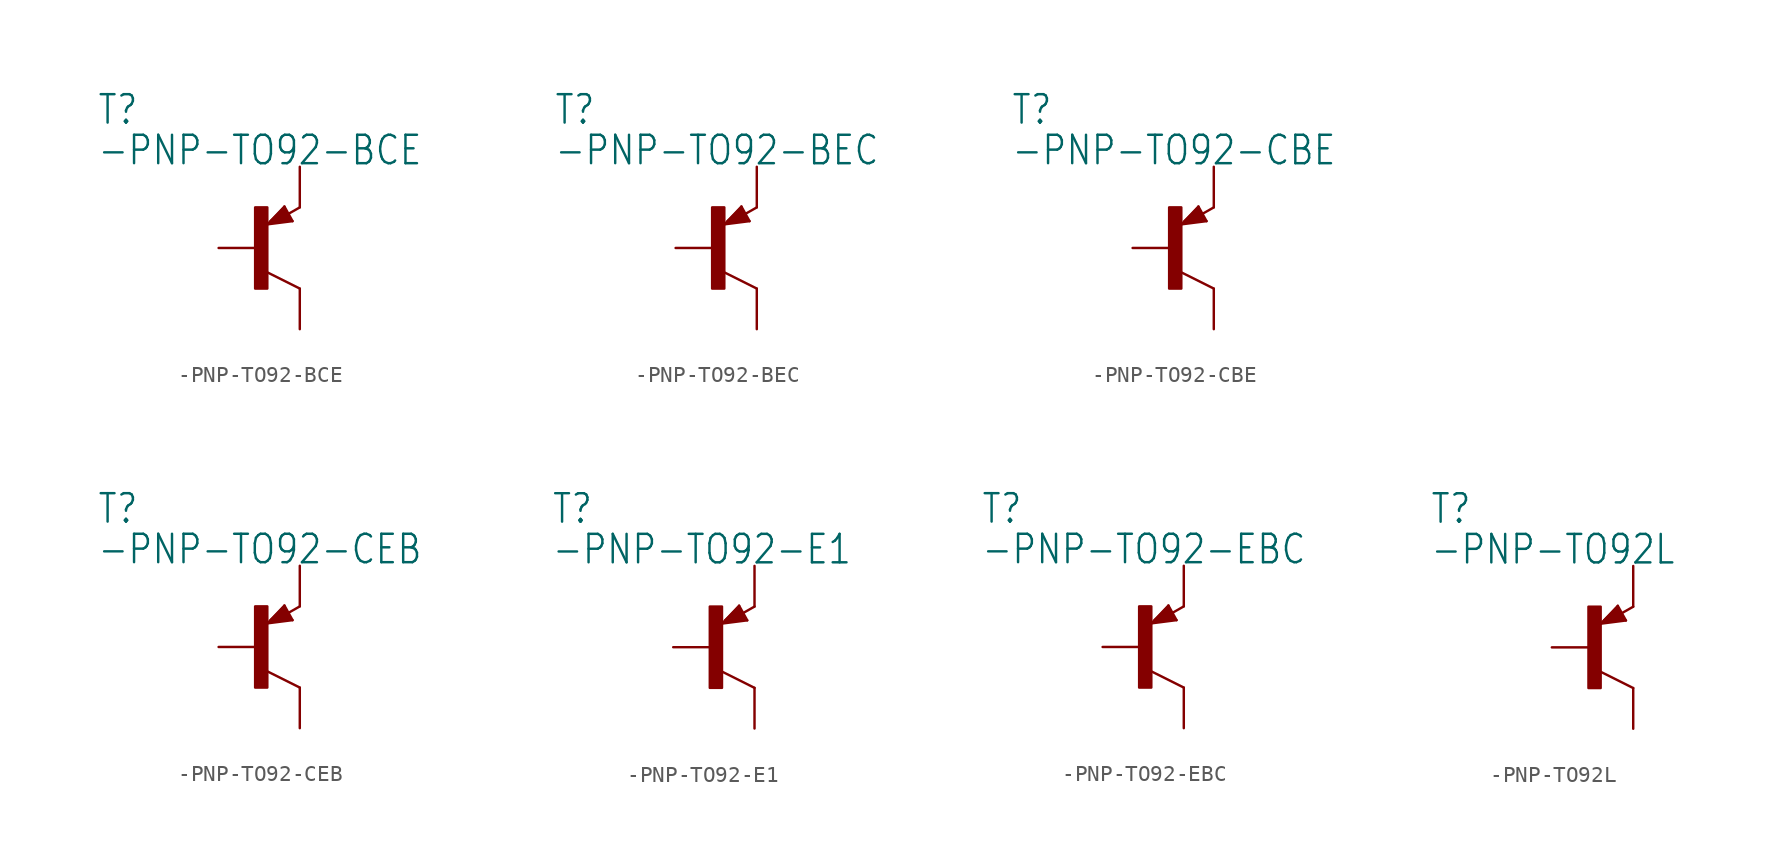
<source format=kicad_sym>
(kicad_symbol_lib
  (version 20211014)
  (generator kicad_symbol_editor)
  (symbol "-PNP-TO92-BCE"
    (property "Reference" "T"
      (at -10.16 7.62 0)
      (effects (font (size 1.778 1.511)) (justify left bottom)))
    (property "Value" "-PNP-TO92-BCE"
      (at -10.16 5.08 0)
      (effects (font (size 1.778 1.511)) (justify left bottom)))
    (property "ki_locked" ""
      (at 0 0 0)
      (effects (font (size 1.27 1.27))))
    (symbol "-PNP-TO92-BCE_1_0"
      (rectangle (start -0.254 -2.54) (end 0.508 2.54) (stroke (width 0) (type default) (color 0 0 0 0)) (fill (type outline)))
      (polyline (pts (xy 0.516 1.478) (xy 2.086 1.678)) (stroke (width 0.152) (type default) (color 0 0 0 0)) (fill (type none)))
      (polyline (pts (xy 0.762 1.651) (xy 1.778 1.778)) (stroke (width 0.254) (type default) (color 0 0 0 0)) (fill (type none)))
      (polyline (pts (xy 1.143 1.905) (xy 1.524 1.905)) (stroke (width 0.254) (type default) (color 0 0 0 0)) (fill (type none)))
      (polyline (pts (xy 1.524 2.159) (xy 1.143 1.905)) (stroke (width 0.254) (type default) (color 0 0 0 0)) (fill (type none)))
      (polyline (pts (xy 1.524 2.413) (xy 0.762 1.651)) (stroke (width 0.254) (type default) (color 0 0 0 0)) (fill (type none)))
      (polyline (pts (xy 1.578 2.594) (xy 0.516 1.478)) (stroke (width 0.152) (type default) (color 0 0 0 0)) (fill (type none)))
      (polyline (pts (xy 1.778 1.778) (xy 1.524 2.159)) (stroke (width 0.254) (type default) (color 0 0 0 0)) (fill (type none)))
      (polyline (pts (xy 1.905 1.778) (xy 1.524 2.413)) (stroke (width 0.254) (type default) (color 0 0 0 0)) (fill (type none)))
      (polyline (pts (xy 2.086 1.678) (xy 1.578 2.594)) (stroke (width 0.152) (type default) (color 0 0 0 0)) (fill (type none)))
      (polyline (pts (xy 2.54 -2.54) (xy 0.508 -1.524)) (stroke (width 0.152) (type default) (color 0 0 0 0)) (fill (type none)))
      (polyline (pts (xy 2.54 2.54) (xy 1.808 2.124)) (stroke (width 0.152) (type default) (color 0 0 0 0)) (fill (type none)))
      (pin passive line (at -2.54 0 0) (length 2.54) (name "B" (effects (font (size 0 0)))) (number "B" (effects (font (size 0 0)))))
      (pin passive line (at 2.54 -5.08 90) (length 2.54) (name "C" (effects (font (size 0 0)))) (number "C" (effects (font (size 0 0)))))
      (pin passive line (at 2.54 5.08 270) (length 2.54) (name "E" (effects (font (size 0 0)))) (number "E" (effects (font (size 0 0)))))))
  (symbol "-PNP-TO92-BEC"
    (property "Reference" "T"
      (at -10.16 7.62 0)
      (effects (font (size 1.778 1.511)) (justify left bottom)))
    (property "Value" "-PNP-TO92-BEC"
      (at -10.16 5.08 0)
      (effects (font (size 1.778 1.511)) (justify left bottom)))
    (property "ki_locked" ""
      (at 0 0 0)
      (effects (font (size 1.27 1.27))))
    (symbol "-PNP-TO92-BEC_1_0"
      (rectangle (start -0.254 -2.54) (end 0.508 2.54) (stroke (width 0) (type default) (color 0 0 0 0)) (fill (type outline)))
      (polyline (pts (xy 0.516 1.478) (xy 2.086 1.678)) (stroke (width 0.152) (type default) (color 0 0 0 0)) (fill (type none)))
      (polyline (pts (xy 0.762 1.651) (xy 1.778 1.778)) (stroke (width 0.254) (type default) (color 0 0 0 0)) (fill (type none)))
      (polyline (pts (xy 1.143 1.905) (xy 1.524 1.905)) (stroke (width 0.254) (type default) (color 0 0 0 0)) (fill (type none)))
      (polyline (pts (xy 1.524 2.159) (xy 1.143 1.905)) (stroke (width 0.254) (type default) (color 0 0 0 0)) (fill (type none)))
      (polyline (pts (xy 1.524 2.413) (xy 0.762 1.651)) (stroke (width 0.254) (type default) (color 0 0 0 0)) (fill (type none)))
      (polyline (pts (xy 1.578 2.594) (xy 0.516 1.478)) (stroke (width 0.152) (type default) (color 0 0 0 0)) (fill (type none)))
      (polyline (pts (xy 1.778 1.778) (xy 1.524 2.159)) (stroke (width 0.254) (type default) (color 0 0 0 0)) (fill (type none)))
      (polyline (pts (xy 1.905 1.778) (xy 1.524 2.413)) (stroke (width 0.254) (type default) (color 0 0 0 0)) (fill (type none)))
      (polyline (pts (xy 2.086 1.678) (xy 1.578 2.594)) (stroke (width 0.152) (type default) (color 0 0 0 0)) (fill (type none)))
      (polyline (pts (xy 2.54 -2.54) (xy 0.508 -1.524)) (stroke (width 0.152) (type default) (color 0 0 0 0)) (fill (type none)))
      (polyline (pts (xy 2.54 2.54) (xy 1.808 2.124)) (stroke (width 0.152) (type default) (color 0 0 0 0)) (fill (type none)))
      (pin passive line (at -2.54 0 0) (length 2.54) (name "B" (effects (font (size 0 0)))) (number "B" (effects (font (size 0 0)))))
      (pin passive line (at 2.54 -5.08 90) (length 2.54) (name "C" (effects (font (size 0 0)))) (number "C" (effects (font (size 0 0)))))
      (pin passive line (at 2.54 5.08 270) (length 2.54) (name "E" (effects (font (size 0 0)))) (number "E" (effects (font (size 0 0)))))))
  (symbol "-PNP-TO92-CBE"
    (property "Reference" "T"
      (at -10.16 7.62 0)
      (effects (font (size 1.778 1.511)) (justify left bottom)))
    (property "Value" "-PNP-TO92-CBE"
      (at -10.16 5.08 0)
      (effects (font (size 1.778 1.511)) (justify left bottom)))
    (property "ki_locked" ""
      (at 0 0 0)
      (effects (font (size 1.27 1.27))))
    (symbol "-PNP-TO92-CBE_1_0"
      (rectangle (start -0.254 -2.54) (end 0.508 2.54) (stroke (width 0) (type default) (color 0 0 0 0)) (fill (type outline)))
      (polyline (pts (xy 0.516 1.478) (xy 2.086 1.678)) (stroke (width 0.152) (type default) (color 0 0 0 0)) (fill (type none)))
      (polyline (pts (xy 0.762 1.651) (xy 1.778 1.778)) (stroke (width 0.254) (type default) (color 0 0 0 0)) (fill (type none)))
      (polyline (pts (xy 1.143 1.905) (xy 1.524 1.905)) (stroke (width 0.254) (type default) (color 0 0 0 0)) (fill (type none)))
      (polyline (pts (xy 1.524 2.159) (xy 1.143 1.905)) (stroke (width 0.254) (type default) (color 0 0 0 0)) (fill (type none)))
      (polyline (pts (xy 1.524 2.413) (xy 0.762 1.651)) (stroke (width 0.254) (type default) (color 0 0 0 0)) (fill (type none)))
      (polyline (pts (xy 1.578 2.594) (xy 0.516 1.478)) (stroke (width 0.152) (type default) (color 0 0 0 0)) (fill (type none)))
      (polyline (pts (xy 1.778 1.778) (xy 1.524 2.159)) (stroke (width 0.254) (type default) (color 0 0 0 0)) (fill (type none)))
      (polyline (pts (xy 1.905 1.778) (xy 1.524 2.413)) (stroke (width 0.254) (type default) (color 0 0 0 0)) (fill (type none)))
      (polyline (pts (xy 2.086 1.678) (xy 1.578 2.594)) (stroke (width 0.152) (type default) (color 0 0 0 0)) (fill (type none)))
      (polyline (pts (xy 2.54 -2.54) (xy 0.508 -1.524)) (stroke (width 0.152) (type default) (color 0 0 0 0)) (fill (type none)))
      (polyline (pts (xy 2.54 2.54) (xy 1.808 2.124)) (stroke (width 0.152) (type default) (color 0 0 0 0)) (fill (type none)))
      (pin passive line (at -2.54 0 0) (length 2.54) (name "B" (effects (font (size 0 0)))) (number "B" (effects (font (size 0 0)))))
      (pin passive line (at 2.54 -5.08 90) (length 2.54) (name "C" (effects (font (size 0 0)))) (number "C" (effects (font (size 0 0)))))
      (pin passive line (at 2.54 5.08 270) (length 2.54) (name "E" (effects (font (size 0 0)))) (number "E" (effects (font (size 0 0)))))))
  (symbol "-PNP-TO92-CEB"
    (property "Reference" "T"
      (at -10.16 7.62 0)
      (effects (font (size 1.778 1.511)) (justify left bottom)))
    (property "Value" "-PNP-TO92-CEB"
      (at -10.16 5.08 0)
      (effects (font (size 1.778 1.511)) (justify left bottom)))
    (property "ki_locked" ""
      (at 0 0 0)
      (effects (font (size 1.27 1.27))))
    (symbol "-PNP-TO92-CEB_1_0"
      (rectangle (start -0.254 -2.54) (end 0.508 2.54) (stroke (width 0) (type default) (color 0 0 0 0)) (fill (type outline)))
      (polyline (pts (xy 0.516 1.478) (xy 2.086 1.678)) (stroke (width 0.152) (type default) (color 0 0 0 0)) (fill (type none)))
      (polyline (pts (xy 0.762 1.651) (xy 1.778 1.778)) (stroke (width 0.254) (type default) (color 0 0 0 0)) (fill (type none)))
      (polyline (pts (xy 1.143 1.905) (xy 1.524 1.905)) (stroke (width 0.254) (type default) (color 0 0 0 0)) (fill (type none)))
      (polyline (pts (xy 1.524 2.159) (xy 1.143 1.905)) (stroke (width 0.254) (type default) (color 0 0 0 0)) (fill (type none)))
      (polyline (pts (xy 1.524 2.413) (xy 0.762 1.651)) (stroke (width 0.254) (type default) (color 0 0 0 0)) (fill (type none)))
      (polyline (pts (xy 1.578 2.594) (xy 0.516 1.478)) (stroke (width 0.152) (type default) (color 0 0 0 0)) (fill (type none)))
      (polyline (pts (xy 1.778 1.778) (xy 1.524 2.159)) (stroke (width 0.254) (type default) (color 0 0 0 0)) (fill (type none)))
      (polyline (pts (xy 1.905 1.778) (xy 1.524 2.413)) (stroke (width 0.254) (type default) (color 0 0 0 0)) (fill (type none)))
      (polyline (pts (xy 2.086 1.678) (xy 1.578 2.594)) (stroke (width 0.152) (type default) (color 0 0 0 0)) (fill (type none)))
      (polyline (pts (xy 2.54 -2.54) (xy 0.508 -1.524)) (stroke (width 0.152) (type default) (color 0 0 0 0)) (fill (type none)))
      (polyline (pts (xy 2.54 2.54) (xy 1.808 2.124)) (stroke (width 0.152) (type default) (color 0 0 0 0)) (fill (type none)))
      (pin passive line (at -2.54 0 0) (length 2.54) (name "B" (effects (font (size 0 0)))) (number "B" (effects (font (size 0 0)))))
      (pin passive line (at 2.54 -5.08 90) (length 2.54) (name "C" (effects (font (size 0 0)))) (number "C" (effects (font (size 0 0)))))
      (pin passive line (at 2.54 5.08 270) (length 2.54) (name "E" (effects (font (size 0 0)))) (number "E" (effects (font (size 0 0)))))))
  (symbol "-PNP-TO92-E1"
    (property "Reference" "T"
      (at -10.16 7.62 0)
      (effects (font (size 1.778 1.511)) (justify left bottom)))
    (property "Value" "-PNP-TO92-E1"
      (at -10.16 5.08 0)
      (effects (font (size 1.778 1.511)) (justify left bottom)))
    (property "ki_locked" ""
      (at 0 0 0)
      (effects (font (size 1.27 1.27))))
    (symbol "-PNP-TO92-E1_1_0"
      (rectangle (start -0.254 -2.54) (end 0.508 2.54) (stroke (width 0) (type default) (color 0 0 0 0)) (fill (type outline)))
      (polyline (pts (xy 0.516 1.478) (xy 2.086 1.678)) (stroke (width 0.152) (type default) (color 0 0 0 0)) (fill (type none)))
      (polyline (pts (xy 0.762 1.651) (xy 1.778 1.778)) (stroke (width 0.254) (type default) (color 0 0 0 0)) (fill (type none)))
      (polyline (pts (xy 1.143 1.905) (xy 1.524 1.905)) (stroke (width 0.254) (type default) (color 0 0 0 0)) (fill (type none)))
      (polyline (pts (xy 1.524 2.159) (xy 1.143 1.905)) (stroke (width 0.254) (type default) (color 0 0 0 0)) (fill (type none)))
      (polyline (pts (xy 1.524 2.413) (xy 0.762 1.651)) (stroke (width 0.254) (type default) (color 0 0 0 0)) (fill (type none)))
      (polyline (pts (xy 1.578 2.594) (xy 0.516 1.478)) (stroke (width 0.152) (type default) (color 0 0 0 0)) (fill (type none)))
      (polyline (pts (xy 1.778 1.778) (xy 1.524 2.159)) (stroke (width 0.254) (type default) (color 0 0 0 0)) (fill (type none)))
      (polyline (pts (xy 1.905 1.778) (xy 1.524 2.413)) (stroke (width 0.254) (type default) (color 0 0 0 0)) (fill (type none)))
      (polyline (pts (xy 2.086 1.678) (xy 1.578 2.594)) (stroke (width 0.152) (type default) (color 0 0 0 0)) (fill (type none)))
      (polyline (pts (xy 2.54 -2.54) (xy 0.508 -1.524)) (stroke (width 0.152) (type default) (color 0 0 0 0)) (fill (type none)))
      (polyline (pts (xy 2.54 2.54) (xy 1.808 2.124)) (stroke (width 0.152) (type default) (color 0 0 0 0)) (fill (type none)))
      (pin passive line (at 2.54 -5.08 90) (length 2.54) (name "C" (effects (font (size 0 0)))) (number "1" (effects (font (size 0 0)))))
      (pin passive line (at -2.54 0 0) (length 2.54) (name "B" (effects (font (size 0 0)))) (number "2" (effects (font (size 0 0)))))
      (pin passive line (at 2.54 5.08 270) (length 2.54) (name "E" (effects (font (size 0 0)))) (number "3" (effects (font (size 0 0)))))))
  (symbol "-PNP-TO92-EBC"
    (property "Reference" "T"
      (at -10.16 7.62 0)
      (effects (font (size 1.778 1.511)) (justify left bottom)))
    (property "Value" "-PNP-TO92-EBC"
      (at -10.16 5.08 0)
      (effects (font (size 1.778 1.511)) (justify left bottom)))
    (property "ki_locked" ""
      (at 0 0 0)
      (effects (font (size 1.27 1.27))))
    (symbol "-PNP-TO92-EBC_1_0"
      (rectangle (start -0.254 -2.54) (end 0.508 2.54) (stroke (width 0) (type default) (color 0 0 0 0)) (fill (type outline)))
      (polyline (pts (xy 0.516 1.478) (xy 2.086 1.678)) (stroke (width 0.152) (type default) (color 0 0 0 0)) (fill (type none)))
      (polyline (pts (xy 0.762 1.651) (xy 1.778 1.778)) (stroke (width 0.254) (type default) (color 0 0 0 0)) (fill (type none)))
      (polyline (pts (xy 1.143 1.905) (xy 1.524 1.905)) (stroke (width 0.254) (type default) (color 0 0 0 0)) (fill (type none)))
      (polyline (pts (xy 1.524 2.159) (xy 1.143 1.905)) (stroke (width 0.254) (type default) (color 0 0 0 0)) (fill (type none)))
      (polyline (pts (xy 1.524 2.413) (xy 0.762 1.651)) (stroke (width 0.254) (type default) (color 0 0 0 0)) (fill (type none)))
      (polyline (pts (xy 1.578 2.594) (xy 0.516 1.478)) (stroke (width 0.152) (type default) (color 0 0 0 0)) (fill (type none)))
      (polyline (pts (xy 1.778 1.778) (xy 1.524 2.159)) (stroke (width 0.254) (type default) (color 0 0 0 0)) (fill (type none)))
      (polyline (pts (xy 1.905 1.778) (xy 1.524 2.413)) (stroke (width 0.254) (type default) (color 0 0 0 0)) (fill (type none)))
      (polyline (pts (xy 2.086 1.678) (xy 1.578 2.594)) (stroke (width 0.152) (type default) (color 0 0 0 0)) (fill (type none)))
      (polyline (pts (xy 2.54 -2.54) (xy 0.508 -1.524)) (stroke (width 0.152) (type default) (color 0 0 0 0)) (fill (type none)))
      (polyline (pts (xy 2.54 2.54) (xy 1.808 2.124)) (stroke (width 0.152) (type default) (color 0 0 0 0)) (fill (type none)))
      (pin passive line (at -2.54 0 0) (length 2.54) (name "B" (effects (font (size 0 0)))) (number "B" (effects (font (size 0 0)))))
      (pin passive line (at 2.54 -5.08 90) (length 2.54) (name "C" (effects (font (size 0 0)))) (number "C" (effects (font (size 0 0)))))
      (pin passive line (at 2.54 5.08 270) (length 2.54) (name "E" (effects (font (size 0 0)))) (number "E" (effects (font (size 0 0)))))))
  (symbol "-PNP-TO92L"
    (property "Reference" "T"
      (at -10.16 7.62 0)
      (effects (font (size 1.778 1.511)) (justify left bottom)))
    (property "Value" "-PNP-TO92L"
      (at -10.16 5.08 0)
      (effects (font (size 1.778 1.511)) (justify left bottom)))
    (property "ki_locked" ""
      (at 0 0 0)
      (effects (font (size 1.27 1.27))))
    (symbol "-PNP-TO92L_1_0"
      (rectangle (start -0.254 -2.54) (end 0.508 2.54) (stroke (width 0) (type default) (color 0 0 0 0)) (fill (type outline)))
      (polyline (pts (xy 0.516 1.478) (xy 2.086 1.678)) (stroke (width 0.152) (type default) (color 0 0 0 0)) (fill (type none)))
      (polyline (pts (xy 0.762 1.651) (xy 1.778 1.778)) (stroke (width 0.254) (type default) (color 0 0 0 0)) (fill (type none)))
      (polyline (pts (xy 1.143 1.905) (xy 1.524 1.905)) (stroke (width 0.254) (type default) (color 0 0 0 0)) (fill (type none)))
      (polyline (pts (xy 1.524 2.159) (xy 1.143 1.905)) (stroke (width 0.254) (type default) (color 0 0 0 0)) (fill (type none)))
      (polyline (pts (xy 1.524 2.413) (xy 0.762 1.651)) (stroke (width 0.254) (type default) (color 0 0 0 0)) (fill (type none)))
      (polyline (pts (xy 1.578 2.594) (xy 0.516 1.478)) (stroke (width 0.152) (type default) (color 0 0 0 0)) (fill (type none)))
      (polyline (pts (xy 1.778 1.778) (xy 1.524 2.159)) (stroke (width 0.254) (type default) (color 0 0 0 0)) (fill (type none)))
      (polyline (pts (xy 1.905 1.778) (xy 1.524 2.413)) (stroke (width 0.254) (type default) (color 0 0 0 0)) (fill (type none)))
      (polyline (pts (xy 2.086 1.678) (xy 1.578 2.594)) (stroke (width 0.152) (type default) (color 0 0 0 0)) (fill (type none)))
      (polyline (pts (xy 2.54 -2.54) (xy 0.508 -1.524)) (stroke (width 0.152) (type default) (color 0 0 0 0)) (fill (type none)))
      (polyline (pts (xy 2.54 2.54) (xy 1.808 2.124)) (stroke (width 0.152) (type default) (color 0 0 0 0)) (fill (type none)))
      (pin passive line (at 2.54 5.08 270) (length 2.54) (name "E" (effects (font (size 0 0)))) (number "1" (effects (font (size 0 0)))))
      (pin passive line (at -2.54 0 0) (length 2.54) (name "B" (effects (font (size 0 0)))) (number "2" (effects (font (size 0 0)))))
      (pin passive line (at 2.54 -5.08 90) (length 2.54) (name "C" (effects (font (size 0 0)))) (number "3" (effects (font (size 0 0))))))))
</source>
